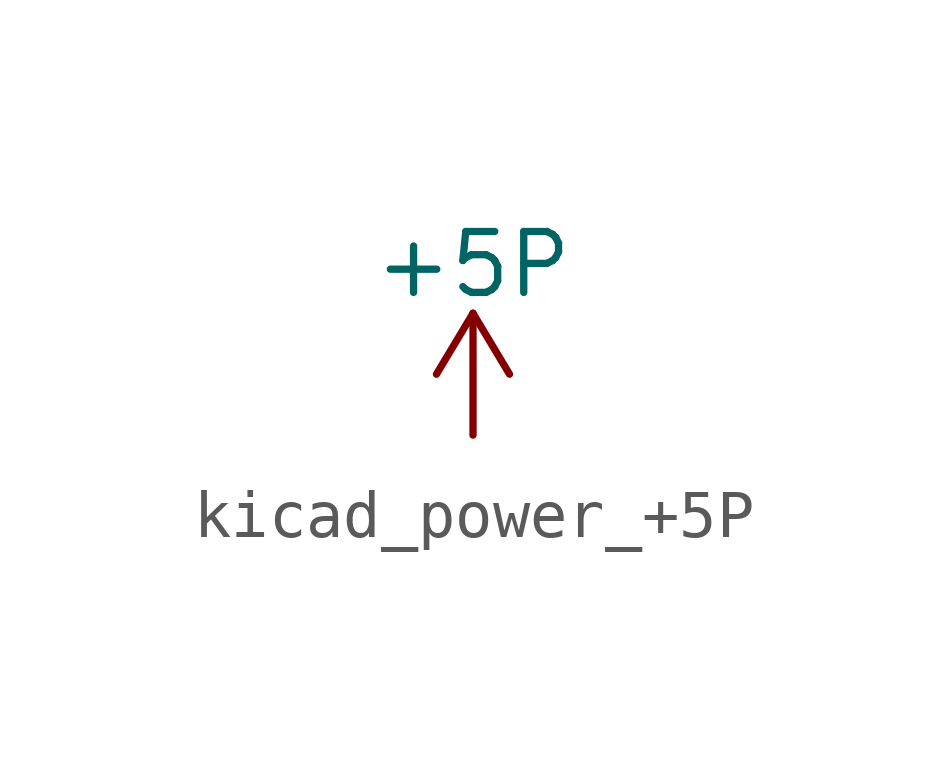
<source format=kicad_sym>
(kicad_symbol_lib
  (version 20220914)
  (generator kicad_symbol_editor)
  (symbol "kicad_power_+5P"
    (power)
    (pin_names
      (offset 0))
    (property "Reference" "#PWR"
      (at 0 -3.81 0)
      (effects (font (size 1.27 1.27)) hide))
    (property "Value" "+5P"
      (at 0 3.556 0)
      (effects (font (size 1.27 1.27))))
    (symbol "kicad_power_+5P_0_1"
      (polyline (pts (xy -0.762 1.27) (xy 0 2.54)) (stroke (width 0) (type default)) (fill (type none)))
      (polyline (pts (xy 0 0) (xy 0 2.54)) (stroke (width 0) (type default)) (fill (type none)))
      (polyline (pts (xy 0 2.54) (xy 0.762 1.27)) (stroke (width 0) (type default)) (fill (type none))))
    (symbol "kicad_power_+5P_1_1"
      (pin power_in line (at 0 0 90) (length 0) hide (name "+5P" (effects (font (size 1.27 1.27)))) (number "1" (effects (font (size 1.27 1.27))))))))
</source>
